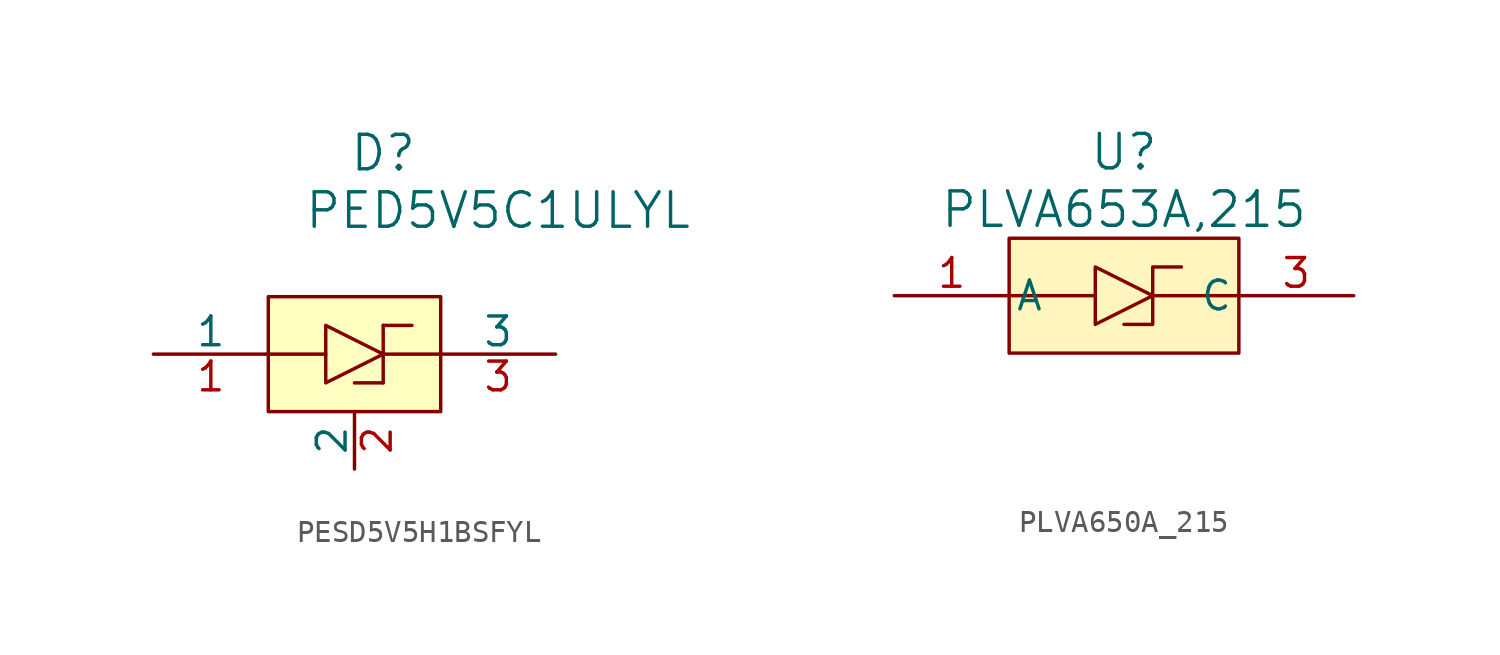
<source format=kicad_sym>
(kicad_symbol_lib
  (version 20241209)
  (generator "kicad_symbol_editor")
  (generator_version "9.0")
  (symbol "PESD5V5H1BSFYL"
    (pin_names
      (offset 0))
    (property "Reference" "D"
      (at 15.24 10.16 0)
      (effects (font (size 1.524 1.524))))
    (property "Value" "PED5V5C1ULYL"
      (at 20.32 7.62 0)
      (effects (font (size 1.524 1.524))))
    (symbol "PESD5V5H1BSFYL_0_1"
      (polyline (pts (xy 12.7 2.54) (xy 12.7 0) (xy 12.7 2.54) (xy 15.24 1.27) (xy 12.7 0)) (stroke (width 0) (type default)) (fill (type none)))
      (polyline (pts (xy 15.24 2.54) (xy 15.24 0)) (stroke (width 0) (type default)) (fill (type none)))
      (polyline (pts (xy 15.24 2.54) (xy 16.51 2.54)) (stroke (width 0) (type default)) (fill (type none)))
      (polyline (pts (xy 15.24 0) (xy 13.97 0)) (stroke (width 0) (type default)) (fill (type none))))
    (symbol "PESD5V5H1BSFYL_1_1"
      (rectangle (start 10.16 3.81) (end 17.78 -1.27) (stroke (width 0) (type default)) (fill (type background)))
      (polyline (pts (xy 10.16 1.27) (xy 12.7 1.27)) (stroke (width 0) (type default)) (fill (type none)))
      (polyline (pts (xy 15.24 1.27) (xy 17.78 1.27)) (stroke (width 0) (type default)) (fill (type none)))
      (pin bidirectional line (at 5.08 1.27 0) (length 5.08) (name "1" (effects (font (size 1.27 1.27)))) (number "1" (effects (font (size 1.27 1.27)))))
      (pin input line (at 13.97 -3.81 90) (length 2.54) (name "2" (effects (font (size 1.27 1.27)))) (number "2" (effects (font (size 1.27 1.27)))))
      (pin bidirectional line (at 22.86 1.27 180) (length 5.08) (name "3" (effects (font (size 1.27 1.27)))) (number "3" (effects (font (size 1.27 1.27)))))))
  (symbol "PLVA650A_215"
    (pin_names
      (offset 0.254))
    (property "Reference" "U"
      (at 10.16 6.35 0)
      (effects (font (size 1.524 1.524))))
    (property "Value" "PLVA653A,215"
      (at 10.16 3.81 0)
      (effects (font (size 1.524 1.524))))
    (symbol "PLVA650A_215_0_1"
      (pin unspecified line (at 0 0 0) (length 5.08) (name "A" (effects (font (size 1.27 1.27)))) (number "1" (effects (font (size 1.27 1.27))))))
    (symbol "PLVA650A_215_1_1"
      (rectangle (start 5.08 2.54) (end 15.24 -2.54) (stroke (width 0) (type default)) (fill (type color) (color 255 246 191 1)))
      (polyline (pts (xy 5.08 0) (xy 8.89 0)) (stroke (width 0) (type default)) (fill (type none)))
      (polyline (pts (xy 8.89 1.27) (xy 8.89 -1.27) (xy 11.43 0) (xy 8.89 1.27)) (stroke (width 0) (type default)) (fill (type none)))
      (polyline (pts (xy 11.43 0) (xy 15.24 0)) (stroke (width 0) (type default)) (fill (type none)))
      (polyline (pts (xy 12.7 1.27) (xy 11.43 1.27) (xy 11.43 -1.27) (xy 10.16 -1.27)) (stroke (width 0) (type default)) (fill (type none)))
      (pin no_connect line (at 10.16 -7.62 90) (length 5.08) (hide yes) (name "NC" (effects (font (size 1.27 1.27)))) (number "2" (effects (font (size 1.27 1.27)))))
      (pin unspecified line (at 20.32 0 180) (length 5.08) (name "C" (effects (font (size 1.27 1.27)))) (number "3" (effects (font (size 1.27 1.27))))))))
</source>
